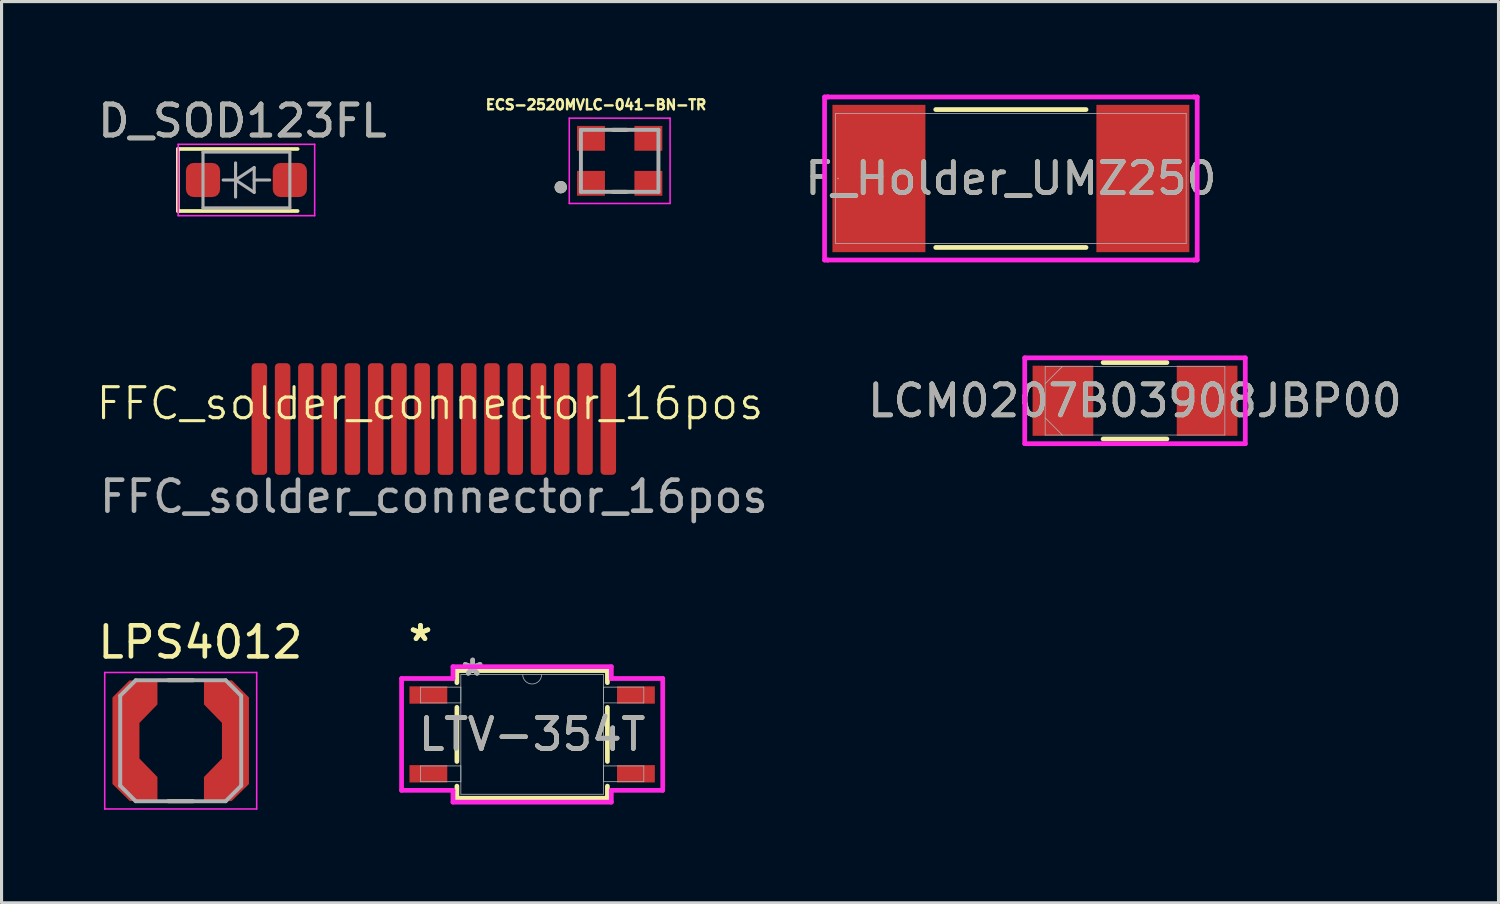
<source format=kicad_pcb>
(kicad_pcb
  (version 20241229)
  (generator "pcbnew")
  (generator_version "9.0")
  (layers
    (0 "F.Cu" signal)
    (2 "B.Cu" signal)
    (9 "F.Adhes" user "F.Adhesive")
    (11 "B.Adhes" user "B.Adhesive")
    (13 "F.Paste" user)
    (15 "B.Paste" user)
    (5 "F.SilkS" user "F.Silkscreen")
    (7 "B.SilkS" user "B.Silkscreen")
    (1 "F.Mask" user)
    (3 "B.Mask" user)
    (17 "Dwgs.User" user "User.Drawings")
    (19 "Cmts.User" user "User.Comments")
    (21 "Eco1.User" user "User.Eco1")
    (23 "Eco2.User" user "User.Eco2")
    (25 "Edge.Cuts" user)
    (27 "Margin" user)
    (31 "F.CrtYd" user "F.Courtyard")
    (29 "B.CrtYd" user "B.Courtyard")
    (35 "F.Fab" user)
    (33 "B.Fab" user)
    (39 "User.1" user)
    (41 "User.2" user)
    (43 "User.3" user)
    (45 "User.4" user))
  (footprint "LCM0207B03908JBP00"
    (layer "F.Cu")
    (at 33.544 9.871)
    (property "Reference" "LCM0207B03908JBP00" (at 0 0 0) (unlocked yes) (layer "F.SilkS") (effects (font (size 1 1) (thickness 0.15))))
    (attr smd)
    (fp_line (start -1.029 1.232) (end 1.029 1.232) (stroke (width 0.152) (type solid)) (layer "F.SilkS"))
    (fp_line (start 1.029 -1.232) (end -1.029 -1.232) (stroke (width 0.152) (type solid)) (layer "F.SilkS"))
    (fp_line (start -3.556 -1.384) (end 3.556 -1.384) (stroke (width 0.152) (type solid)) (layer "F.CrtYd"))
    (fp_line (start -3.556 1.384) (end -3.556 -1.384) (stroke (width 0.152) (type solid)) (layer "F.CrtYd"))
    (fp_line (start 3.556 -1.384) (end 3.556 1.384) (stroke (width 0.152) (type solid)) (layer "F.CrtYd"))
    (fp_line (start 3.556 1.384) (end -3.556 1.384) (stroke (width 0.152) (type solid)) (layer "F.CrtYd"))
    (fp_line (start -2.896 -1.105) (end -2.896 1.105) (stroke (width 0.025) (type solid)) (layer "F.Fab"))
    (fp_line (start -2.896 -0.552) (end -2.343 -1.105) (stroke (width 0.025) (type solid)) (layer "F.Fab"))
    (fp_line (start -2.896 0.552) (end -2.343 1.105) (stroke (width 0.025) (type solid)) (layer "F.Fab"))
    (fp_line (start -2.896 1.105) (end 2.896 1.105) (stroke (width 0.025) (type solid)) (layer "F.Fab"))
    (fp_line (start 2.896 -1.105) (end -2.896 -1.105) (stroke (width 0.025) (type solid)) (layer "F.Fab"))
    (fp_line (start 2.896 1.105) (end 2.896 -1.105) (stroke (width 0.025) (type solid)) (layer "F.Fab"))
    (fp_text user "${REFERENCE}" (at 0 0 0) (unlocked yes) (layer "F.Fab") (effects (font (size 1 1) (thickness 0.15))))
    (pad "1" smd rect (at -2.324 0) (size 1.956 2.261) (layers "F.Cu" "F.Mask" "F.Paste"))
    (pad "2" smd rect (at 2.324 0) (size 1.956 2.261) (layers "F.Cu" "F.Mask" "F.Paste"))
    (zone (net_name "") (layer "F.Cu") (hatch full 0.508) (connect_pads) (min_thickness 0.254) (filled_areas_thickness no) (keepout (tracks not_allowed) (vias not_allowed) (pads allowed) (copperpour not_allowed) (footprints allowed)) (placement (enabled no)) (fill) (polygon (pts (xy 32.249 8.791) (xy 34.839 8.791) (xy 34.839 10.95) (xy 32.249 10.95)))))
  (footprint "LPS4012"
    (layer "F.Cu")
    (at 2.776 20.832)
    (property "Reference" "LPS4012" (at 0.635 -3.175 0) (layer "F.SilkS") (effects (font (size 1 1) (thickness 0.15))))
    (attr smd)
    (fp_poly (pts (xy 0.65 -2.05) (xy 1.7 -2.05) (xy 2.3 -1.45) (xy 2.3 1.45) (xy 1.7 2.05) (xy 0.65 2.05) (xy 0.65 1.1) (xy 1.2 0.55) (xy 1.2 -0.55) (xy 0.65 -1.1)) (stroke (width 0.0001) (type solid)) (fill yes) (layer "F.Mask"))
    (fp_poly (pts (xy -0.65 -2.05) (xy -1.65 -2.05) (xy -1.7 -2.05) (xy -2.3 -1.45) (xy -2.3 1.45) (xy -1.7 2.05) (xy -0.65 2.05) (xy -0.65 1.1) (xy -1.2 0.55) (xy -1.2 -0.55) (xy -0.65 -1.1)) (stroke (width 0.0001) (type solid)) (fill yes) (layer "F.Mask"))
    (fp_line (start -0.4 -1.95) (end 0.4 -1.95) (stroke (width 0.127) (type solid)) (layer "F.SilkS"))
    (fp_line (start -0.4 1.95) (end 0.4 1.95) (stroke (width 0.127) (type solid)) (layer "F.SilkS"))
    (fp_poly (pts (xy -2.2 -1.395) (xy -1.65 -1.945) (xy -0.75 -1.945) (xy -0.75 -1.155) (xy -1.33 -0.575) (xy -1.33 0.59) (xy -0.75 1.17) (xy -0.75 1.945) (xy -1.65 1.945) (xy -2.2 1.395)) (stroke (width 0.0001) (type solid)) (fill yes) (layer "F.Paste"))
    (fp_poly (pts (xy 2.2 -1.395) (xy 1.65 -1.945) (xy 0.75 -1.945) (xy 0.75 -1.155) (xy 1.33 -0.575) (xy 1.33 0.59) (xy 0.75 1.17) (xy 0.75 1.945) (xy 1.65 1.945) (xy 2.2 1.395)) (stroke (width 0.0001) (type solid)) (fill yes) (layer "F.Paste"))
    (fp_line (start -2.45 -2.2) (end 2.45 -2.2) (stroke (width 0.05) (type solid)) (layer "F.CrtYd"))
    (fp_line (start -2.45 2.2) (end -2.45 -2.2) (stroke (width 0.05) (type solid)) (layer "F.CrtYd"))
    (fp_line (start 2.45 -2.2) (end 2.45 2.2) (stroke (width 0.05) (type solid)) (layer "F.CrtYd"))
    (fp_line (start 2.45 2.2) (end -2.45 2.2) (stroke (width 0.05) (type solid)) (layer "F.CrtYd"))
    (fp_line (start -1.95 -1.45) (end -1.95 1.45) (stroke (width 0.127) (type solid)) (layer "F.Fab"))
    (fp_line (start -1.95 -1.45) (end -1.45 -1.95) (stroke (width 0.127) (type solid)) (layer "F.Fab"))
    (fp_line (start -1.45 -1.95) (end 1.45 -1.95) (stroke (width 0.127) (type solid)) (layer "F.Fab"))
    (fp_line (start -1.45 1.95) (end -1.95 1.45) (stroke (width 0.127) (type solid)) (layer "F.Fab"))
    (fp_line (start -1.45 1.95) (end 1.45 1.95) (stroke (width 0.127) (type solid)) (layer "F.Fab"))
    (fp_line (start 1.45 -1.95) (end 1.95 -1.45) (stroke (width 0.127) (type solid)) (layer "F.Fab"))
    (fp_line (start 1.45 1.95) (end 1.95 1.45) (stroke (width 0.127) (type solid)) (layer "F.Fab"))
    (fp_line (start 1.95 -1.45) (end 1.95 1.45) (stroke (width 0.127) (type solid)) (layer "F.Fab"))
    (pad "1" smd custom (at -1.765 0) (size 0.87 1.15) (layers "F.Cu") (options (anchor rect)) (primitives (gr_poly (pts (xy -0.435 -1.395) (xy 0.115 -1.945) (xy 1.015 -1.945) (xy 1.015 -1.17) (xy 0.435 -0.575) (xy 0.435 0.575) (xy 1.015 1.17) (xy 1.015 1.945) (xy 0.125 1.945) (xy -0.435 1.395)) (width 0.0001) (fill yes))))
    (pad "2" smd custom (at 1.765 0) (size 0.87 1.15) (layers "F.Cu") (options (anchor rect)) (primitives (gr_poly (pts (xy 0.435 -1.395) (xy -0.115 -1.945) (xy -1.015 -1.945) (xy -1.015 -1.17) (xy -0.435 -0.575) (xy -0.435 0.575) (xy -1.015 1.17) (xy -1.015 1.945) (xy -0.125 1.945) (xy 0.435 1.395)) (width 0.0001) (fill yes)))))
  (footprint "D_SOD123FL"
    (layer "F.Cu")
    (at 4.895 2.753)
    (property "Reference" "D_SOD123FL" (at -0.127 -1.905 0) (layer "F.SilkS") (effects (font (size 1 1) (thickness 0.15))))
    (attr smd)
    (fp_line (start -2.21 -1) (end -2.21 1) (stroke (width 0.12) (type solid)) (layer "F.SilkS"))
    (fp_line (start -2.21 -1) (end 1.65 -1) (stroke (width 0.12) (type solid)) (layer "F.SilkS"))
    (fp_line (start -2.21 1) (end 1.65 1) (stroke (width 0.12) (type solid)) (layer "F.SilkS"))
    (fp_line (start -2.2 -1.15) (end -2.2 1.15) (stroke (width 0.05) (type solid)) (layer "F.CrtYd"))
    (fp_line (start -2.2 -1.15) (end 2.2 -1.15) (stroke (width 0.05) (type solid)) (layer "F.CrtYd"))
    (fp_line (start 2.2 -1.15) (end 2.2 1.15) (stroke (width 0.05) (type solid)) (layer "F.CrtYd"))
    (fp_line (start 2.2 1.15) (end -2.2 1.15) (stroke (width 0.05) (type solid)) (layer "F.CrtYd"))
    (fp_line (start -1.4 -0.9) (end 1.4 -0.9) (stroke (width 0.1) (type solid)) (layer "F.Fab"))
    (fp_line (start -1.4 0.9) (end -1.4 -0.9) (stroke (width 0.1) (type solid)) (layer "F.Fab"))
    (fp_line (start -0.75 0) (end -0.35 0) (stroke (width 0.1) (type solid)) (layer "F.Fab"))
    (fp_line (start -0.35 0) (end -0.35 -0.55) (stroke (width 0.1) (type solid)) (layer "F.Fab"))
    (fp_line (start -0.35 0) (end -0.35 0.55) (stroke (width 0.1) (type solid)) (layer "F.Fab"))
    (fp_line (start -0.35 0) (end 0.25 -0.4) (stroke (width 0.1) (type solid)) (layer "F.Fab"))
    (fp_line (start 0.25 -0.4) (end 0.25 0.4) (stroke (width 0.1) (type solid)) (layer "F.Fab"))
    (fp_line (start 0.25 0) (end 0.75 0) (stroke (width 0.1) (type solid)) (layer "F.Fab"))
    (fp_line (start 0.25 0.4) (end -0.35 0) (stroke (width 0.1) (type solid)) (layer "F.Fab"))
    (fp_line (start 1.4 -0.9) (end 1.4 0.9) (stroke (width 0.1) (type solid)) (layer "F.Fab"))
    (fp_line (start 1.4 0.9) (end -1.4 0.9) (stroke (width 0.1) (type solid)) (layer "F.Fab"))
    (fp_text user "${REFERENCE}" (at -0.127 -1.905 0) (layer "F.Fab") (effects (font (size 1 1) (thickness 0.15))))
    (pad "1" smd roundrect (at -1.4 0) (size 1.1 1.1) (layers "F.Cu" "F.Mask" "F.Paste") (roundrect_rratio 0.227))
    (pad "2" smd roundrect (at 1.4 0) (size 1.1 1.1) (layers "F.Cu" "F.Mask" "F.Paste") (roundrect_rratio 0.227)))
  (footprint "ECS-2520MVLC-041-BN-TR"
    (layer "F.Cu")
    (at 16.929 2.135)
    (property "Reference" "ECS-2520MVLC-041-BN-TR" (at -0.763 -1.807 0) (layer "F.SilkS") (effects (font (size 0.321 0.321) (thickness 0.08))))
    (attr smd)
    (fp_line (start -0.221 -1) (end 0.221 -1) (stroke (width 0.127) (type solid)) (layer "F.SilkS"))
    (fp_line (start -0.221 1) (end 0.221 1) (stroke (width 0.127) (type solid)) (layer "F.SilkS"))
    (fp_circle (center -1.9 0.85) (end -1.8 0.85) (stroke (width 0.2) (type solid)) (fill no) (layer "F.SilkS"))
    (fp_line (start -1.625 -1.375) (end 1.625 -1.375) (stroke (width 0.05) (type solid)) (layer "F.CrtYd"))
    (fp_line (start -1.625 1.375) (end -1.625 -1.375) (stroke (width 0.05) (type solid)) (layer "F.CrtYd"))
    (fp_line (start 1.625 -1.375) (end 1.625 1.375) (stroke (width 0.05) (type solid)) (layer "F.CrtYd"))
    (fp_line (start 1.625 1.375) (end -1.625 1.375) (stroke (width 0.05) (type solid)) (layer "F.CrtYd"))
    (fp_line (start -1.25 -1) (end 1.25 -1) (stroke (width 0.127) (type solid)) (layer "F.Fab"))
    (fp_line (start -1.25 1) (end -1.25 -1) (stroke (width 0.127) (type solid)) (layer "F.Fab"))
    (fp_line (start 1.25 -1) (end 1.25 1) (stroke (width 0.127) (type solid)) (layer "F.Fab"))
    (fp_line (start 1.25 1) (end -1.25 1) (stroke (width 0.127) (type solid)) (layer "F.Fab"))
    (fp_circle (center -1.9 0.85) (end -1.8 0.85) (stroke (width 0.2) (type solid)) (fill no) (layer "F.Fab"))
    (pad "1" smd rect (at -0.925 0.725) (size 0.9 0.8) (layers "F.Cu" "F.Mask" "F.Paste"))
    (pad "2" smd rect (at 0.925 0.725) (size 0.9 0.8) (layers "F.Cu" "F.Mask" "F.Paste"))
    (pad "3" smd rect (at 0.925 -0.725) (size 0.9 0.8) (layers "F.Cu" "F.Mask" "F.Paste"))
    (pad "4" smd rect (at -0.925 -0.725) (size 0.9 0.8) (layers "F.Cu" "F.Mask" "F.Paste")))
  (footprint "LTV-354T"
    (layer "F.Cu")
    (at 14.107 20.628)
    (property "Reference" "LTV-354T" (at 0 0 0) (unlocked yes) (layer "F.SilkS") (effects (font (size 1 1) (thickness 0.15))))
    (attr smd)
    (fp_line (start -2.426 -2.057) (end -2.426 -1.668) (stroke (width 0.152) (type solid)) (layer "F.SilkS"))
    (fp_line (start -2.426 -0.872) (end -2.426 0.872) (stroke (width 0.152) (type solid)) (layer "F.SilkS"))
    (fp_line (start -2.426 1.668) (end -2.426 2.057) (stroke (width 0.152) (type solid)) (layer "F.SilkS"))
    (fp_line (start -2.426 2.057) (end 2.426 2.057) (stroke (width 0.152) (type solid)) (layer "F.SilkS"))
    (fp_line (start 2.426 -2.057) (end -2.426 -2.057) (stroke (width 0.152) (type solid)) (layer "F.SilkS"))
    (fp_line (start 2.426 -1.668) (end 2.426 -2.057) (stroke (width 0.152) (type solid)) (layer "F.SilkS"))
    (fp_line (start 2.426 0.872) (end 2.426 -0.872) (stroke (width 0.152) (type solid)) (layer "F.SilkS"))
    (fp_line (start 2.426 2.057) (end 2.426 1.668) (stroke (width 0.152) (type solid)) (layer "F.SilkS"))
    (fp_line (start -4.21 -1.803) (end -2.553 -1.803) (stroke (width 0.152) (type solid)) (layer "F.CrtYd"))
    (fp_line (start -4.21 1.803) (end -4.21 -1.803) (stroke (width 0.152) (type solid)) (layer "F.CrtYd"))
    (fp_line (start -4.21 1.803) (end -2.553 1.803) (stroke (width 0.152) (type solid)) (layer "F.CrtYd"))
    (fp_line (start -2.553 -2.184) (end 2.553 -2.184) (stroke (width 0.152) (type solid)) (layer "F.CrtYd"))
    (fp_line (start -2.553 -1.803) (end -2.553 -2.184) (stroke (width 0.152) (type solid)) (layer "F.CrtYd"))
    (fp_line (start -2.553 2.184) (end -2.553 1.803) (stroke (width 0.152) (type solid)) (layer "F.CrtYd"))
    (fp_line (start 2.553 -2.184) (end 2.553 -1.803) (stroke (width 0.152) (type solid)) (layer "F.CrtYd"))
    (fp_line (start 2.553 1.803) (end 2.553 2.184) (stroke (width 0.152) (type solid)) (layer "F.CrtYd"))
    (fp_line (start 2.553 2.184) (end -2.553 2.184) (stroke (width 0.152) (type solid)) (layer "F.CrtYd"))
    (fp_line (start 4.21 -1.803) (end 2.553 -1.803) (stroke (width 0.152) (type solid)) (layer "F.CrtYd"))
    (fp_line (start 4.21 -1.803) (end 4.21 1.803) (stroke (width 0.152) (type solid)) (layer "F.CrtYd"))
    (fp_line (start 4.21 1.803) (end 2.553 1.803) (stroke (width 0.152) (type solid)) (layer "F.CrtYd"))
    (fp_line (start -3.6 -1.524) (end -3.6 -1.016) (stroke (width 0.025) (type solid)) (layer "F.Fab"))
    (fp_line (start -3.6 -1.016) (end -2.299 -1.016) (stroke (width 0.025) (type solid)) (layer "F.Fab"))
    (fp_line (start -3.6 1.016) (end -3.6 1.524) (stroke (width 0.025) (type solid)) (layer "F.Fab"))
    (fp_line (start -3.6 1.524) (end -2.299 1.524) (stroke (width 0.025) (type solid)) (layer "F.Fab"))
    (fp_line (start -2.299 -1.93) (end -2.299 1.93) (stroke (width 0.025) (type solid)) (layer "F.Fab"))
    (fp_line (start -2.299 -1.524) (end -3.6 -1.524) (stroke (width 0.025) (type solid)) (layer "F.Fab"))
    (fp_line (start -2.299 -1.016) (end -2.299 -1.524) (stroke (width 0.025) (type solid)) (layer "F.Fab"))
    (fp_line (start -2.299 1.016) (end -3.6 1.016) (stroke (width 0.025) (type solid)) (layer "F.Fab"))
    (fp_line (start -2.299 1.524) (end -2.299 1.016) (stroke (width 0.025) (type solid)) (layer "F.Fab"))
    (fp_line (start -2.299 1.93) (end 2.299 1.93) (stroke (width 0.025) (type solid)) (layer "F.Fab"))
    (fp_line (start 2.299 -1.93) (end -2.299 -1.93) (stroke (width 0.025) (type solid)) (layer "F.Fab"))
    (fp_line (start 2.299 -1.524) (end 2.299 -1.016) (stroke (width 0.025) (type solid)) (layer "F.Fab"))
    (fp_line (start 2.299 -1.016) (end 3.6 -1.016) (stroke (width 0.025) (type solid)) (layer "F.Fab"))
    (fp_line (start 2.299 1.016) (end 2.299 1.524) (stroke (width 0.025) (type solid)) (layer "F.Fab"))
    (fp_line (start 2.299 1.524) (end 3.6 1.524) (stroke (width 0.025) (type solid)) (layer "F.Fab"))
    (fp_line (start 2.299 1.93) (end 2.299 -1.93) (stroke (width 0.025) (type solid)) (layer "F.Fab"))
    (fp_line (start 3.6 -1.524) (end 2.299 -1.524) (stroke (width 0.025) (type solid)) (layer "F.Fab"))
    (fp_line (start 3.6 -1.016) (end 3.6 -1.524) (stroke (width 0.025) (type solid)) (layer "F.Fab"))
    (fp_line (start 3.6 1.016) (end 2.299 1.016) (stroke (width 0.025) (type solid)) (layer "F.Fab"))
    (fp_line (start 3.6 1.524) (end 3.6 1.016) (stroke (width 0.025) (type solid)) (layer "F.Fab"))
    (fp_arc (start 0.3048 -1.9304) (mid 0 -1.6256) (end -0.3048 -1.9304) (stroke (width 0.0254) (type solid)) (layer "F.Fab"))
    (fp_text user "*" (at -3.6 -2.972 0) (layer "F.SilkS") (effects (font (size 1 1) (thickness 0.15))))
    (fp_text user "*" (at -3.6 -2.972 0) (unlocked yes) (layer "F.SilkS") (effects (font (size 1 1) (thickness 0.15))))
    (fp_text user "${REFERENCE}" (at 0 0 0) (unlocked yes) (layer "F.Fab") (effects (font (size 1 1) (thickness 0.15))))
    (fp_text user "*" (at -1.918 -1.854 0) (unlocked yes) (layer "F.Fab") (effects (font (size 1 1) (thickness 0.15))))
    (fp_text user "*" (at -1.918 -1.854 0) (layer "F.Fab") (effects (font (size 1 1) (thickness 0.15))))
    (pad "1" smd rect (at -3.346 -1.27) (size 1.219 0.559) (layers "F.Cu" "F.Mask" "F.Paste"))
    (pad "2" smd rect (at -3.346 1.27) (size 1.219 0.559) (layers "F.Cu" "F.Mask" "F.Paste"))
    (pad "3" smd rect (at 3.346 1.27) (size 1.219 0.559) (layers "F.Cu" "F.Mask" "F.Paste"))
    (pad "4" smd rect (at 3.346 -1.27) (size 1.219 0.559) (layers "F.Cu" "F.Mask" "F.Paste")))
  (footprint "F_Holder_UMZ250"
    (layer "F.Cu")
    (at 29.542 2.705)
    (property "Reference" "F_Holder_UMZ250" (at 0 0 0) (unlocked yes) (layer "F.SilkS") (effects (font (size 1 1) (thickness 0.15))))
    (attr smd)
    (fp_line (start -2.423 2.223) (end 2.423 2.223) (stroke (width 0.152) (type solid)) (layer "F.SilkS"))
    (fp_line (start 2.423 -2.223) (end -2.423 -2.223) (stroke (width 0.152) (type solid)) (layer "F.SilkS"))
    (fp_line (start -6.007 -2.629) (end -5.905 -2.629) (stroke (width 0.152) (type solid)) (layer "F.CrtYd"))
    (fp_line (start -6.007 2.629) (end -6.007 -2.629) (stroke (width 0.152) (type solid)) (layer "F.CrtYd"))
    (fp_line (start -5.905 -2.629) (end -5.905 -2.629) (stroke (width 0.152) (type solid)) (layer "F.CrtYd"))
    (fp_line (start -5.905 -2.629) (end 5.905 -2.629) (stroke (width 0.152) (type solid)) (layer "F.CrtYd"))
    (fp_line (start -5.905 2.629) (end -6.007 2.629) (stroke (width 0.152) (type solid)) (layer "F.CrtYd"))
    (fp_line (start -5.905 2.629) (end -5.905 2.629) (stroke (width 0.152) (type solid)) (layer "F.CrtYd"))
    (fp_line (start 5.905 -2.629) (end 5.905 -2.629) (stroke (width 0.152) (type solid)) (layer "F.CrtYd"))
    (fp_line (start 5.905 -2.629) (end 6.007 -2.629) (stroke (width 0.152) (type solid)) (layer "F.CrtYd"))
    (fp_line (start 5.905 2.629) (end -5.905 2.629) (stroke (width 0.152) (type solid)) (layer "F.CrtYd"))
    (fp_line (start 5.905 2.629) (end 5.905 2.629) (stroke (width 0.152) (type solid)) (layer "F.CrtYd"))
    (fp_line (start 6.007 -2.629) (end 6.007 2.629) (stroke (width 0.152) (type solid)) (layer "F.CrtYd"))
    (fp_line (start 6.007 2.629) (end 5.905 2.629) (stroke (width 0.152) (type solid)) (layer "F.CrtYd"))
    (fp_line (start -5.652 -2.095) (end -5.652 2.095) (stroke (width 0.025) (type solid)) (layer "F.Fab"))
    (fp_line (start -5.652 2.095) (end 5.652 2.095) (stroke (width 0.025) (type solid)) (layer "F.Fab"))
    (fp_line (start 5.652 -2.095) (end -5.652 -2.095) (stroke (width 0.025) (type solid)) (layer "F.Fab"))
    (fp_line (start 5.652 2.095) (end 5.652 -2.095) (stroke (width 0.025) (type solid)) (layer "F.Fab"))
    (fp_circle (center -5.575 0) (end -5.575 0) (stroke (width 0.025) (type solid)) (fill no) (layer "F.Fab"))
    (fp_text user "${REFERENCE}" (at 0 0 0) (unlocked yes) (layer "F.Fab") (effects (font (size 1 1) (thickness 0.15))))
    (pad "1" smd rect (at -4.255 0) (size 2.997 4.75) (layers "F.Cu" "F.Mask" "F.Paste"))
    (pad "2" smd rect (at 4.255 0) (size 2.997 4.75) (layers "F.Cu" "F.Mask" "F.Paste"))
    (zone (net_name "") (layer "F.Cu") (hatch full 0.508) (connect_pads) (min_thickness 0.254) (filled_areas_thickness no) (keepout (tracks not_allowed) (vias not_allowed) (pads allowed) (copperpour not_allowed) (footprints allowed)) (placement (enabled no)) (fill) (polygon (pts (xy 26.837 0.381) (xy 32.247 0.381) (xy 32.247 5.029) (xy 26.837 5.029)))))
  (footprint "FFC_solder_connector_16pos"
    (layer "F.Cu")
    (at 10.937 10.46)
    (property "Reference" "FFC_solder_connector_16pos" (at -0.125 -0.5 0) (unlocked yes) (layer "F.SilkS") (effects (font (size 1 1) (thickness 0.1))))
    (attr smd)
    (fp_rect (start -6 -2) (end 6 2) (stroke (width 0.1) (type default)) (fill no) (layer "Margin"))
    (fp_text user "${REFERENCE}" (at 0 2.5 0) (unlocked yes) (layer "F.Fab") (effects (font (size 1 1) (thickness 0.15))))
    (pad "1" smd roundrect (at -5.625 0 90) (size 3.6 0.5) (layers "F.Cu" "F.Mask" "F.Paste") (roundrect_rratio 0.25))
    (pad "2" smd roundrect (at -4.875 0 90) (size 3.6 0.5) (layers "F.Cu" "F.Mask" "F.Paste") (roundrect_rratio 0.25))
    (pad "3" smd roundrect (at -4.125 0 90) (size 3.6 0.5) (layers "F.Cu" "F.Mask" "F.Paste") (roundrect_rratio 0.25))
    (pad "4" smd roundrect (at -3.375 0 90) (size 3.6 0.5) (layers "F.Cu" "F.Mask" "F.Paste") (roundrect_rratio 0.25))
    (pad "5" smd roundrect (at -2.625 0 90) (size 3.6 0.5) (layers "F.Cu" "F.Mask" "F.Paste") (roundrect_rratio 0.25))
    (pad "6" smd roundrect (at -1.875 0 90) (size 3.6 0.5) (layers "F.Cu" "F.Mask" "F.Paste") (roundrect_rratio 0.25))
    (pad "7" smd roundrect (at -1.125 0 90) (size 3.6 0.5) (layers "F.Cu" "F.Mask" "F.Paste") (roundrect_rratio 0.25))
    (pad "8" smd roundrect (at -0.375 0 90) (size 3.6 0.5) (layers "F.Cu" "F.Mask" "F.Paste") (roundrect_rratio 0.25))
    (pad "9" smd roundrect (at 0.375 0 90) (size 3.6 0.5) (layers "F.Cu" "F.Mask" "F.Paste") (roundrect_rratio 0.25))
    (pad "10" smd roundrect (at 1.125 0 90) (size 3.6 0.5) (layers "F.Cu" "F.Mask" "F.Paste") (roundrect_rratio 0.25))
    (pad "11" smd roundrect (at 1.875 0 90) (size 3.6 0.5) (layers "F.Cu" "F.Mask" "F.Paste") (roundrect_rratio 0.25))
    (pad "12" smd roundrect (at 2.625 0 90) (size 3.6 0.5) (layers "F.Cu" "F.Mask" "F.Paste") (roundrect_rratio 0.25))
    (pad "13" smd roundrect (at 3.375 0 90) (size 3.6 0.5) (layers "F.Cu" "F.Mask" "F.Paste") (roundrect_rratio 0.25))
    (pad "14" smd roundrect (at 4.125 0 90) (size 3.6 0.5) (layers "F.Cu" "F.Mask" "F.Paste") (roundrect_rratio 0.25))
    (pad "15" smd roundrect (at 4.875 0 90) (size 3.6 0.5) (layers "F.Cu" "F.Mask" "F.Paste") (roundrect_rratio 0.25))
    (pad "16" smd roundrect (at 5.625 0 90) (size 3.6 0.5) (layers "F.Cu" "F.Mask" "F.Paste") (roundrect_rratio 0.25)))
  (gr_rect
    (start -3 -3)
    (end 45.264 26.057)
    (stroke (width 0.1) (type default))
    (fill no)
    (layer "Edge.Cuts")))
</source>
